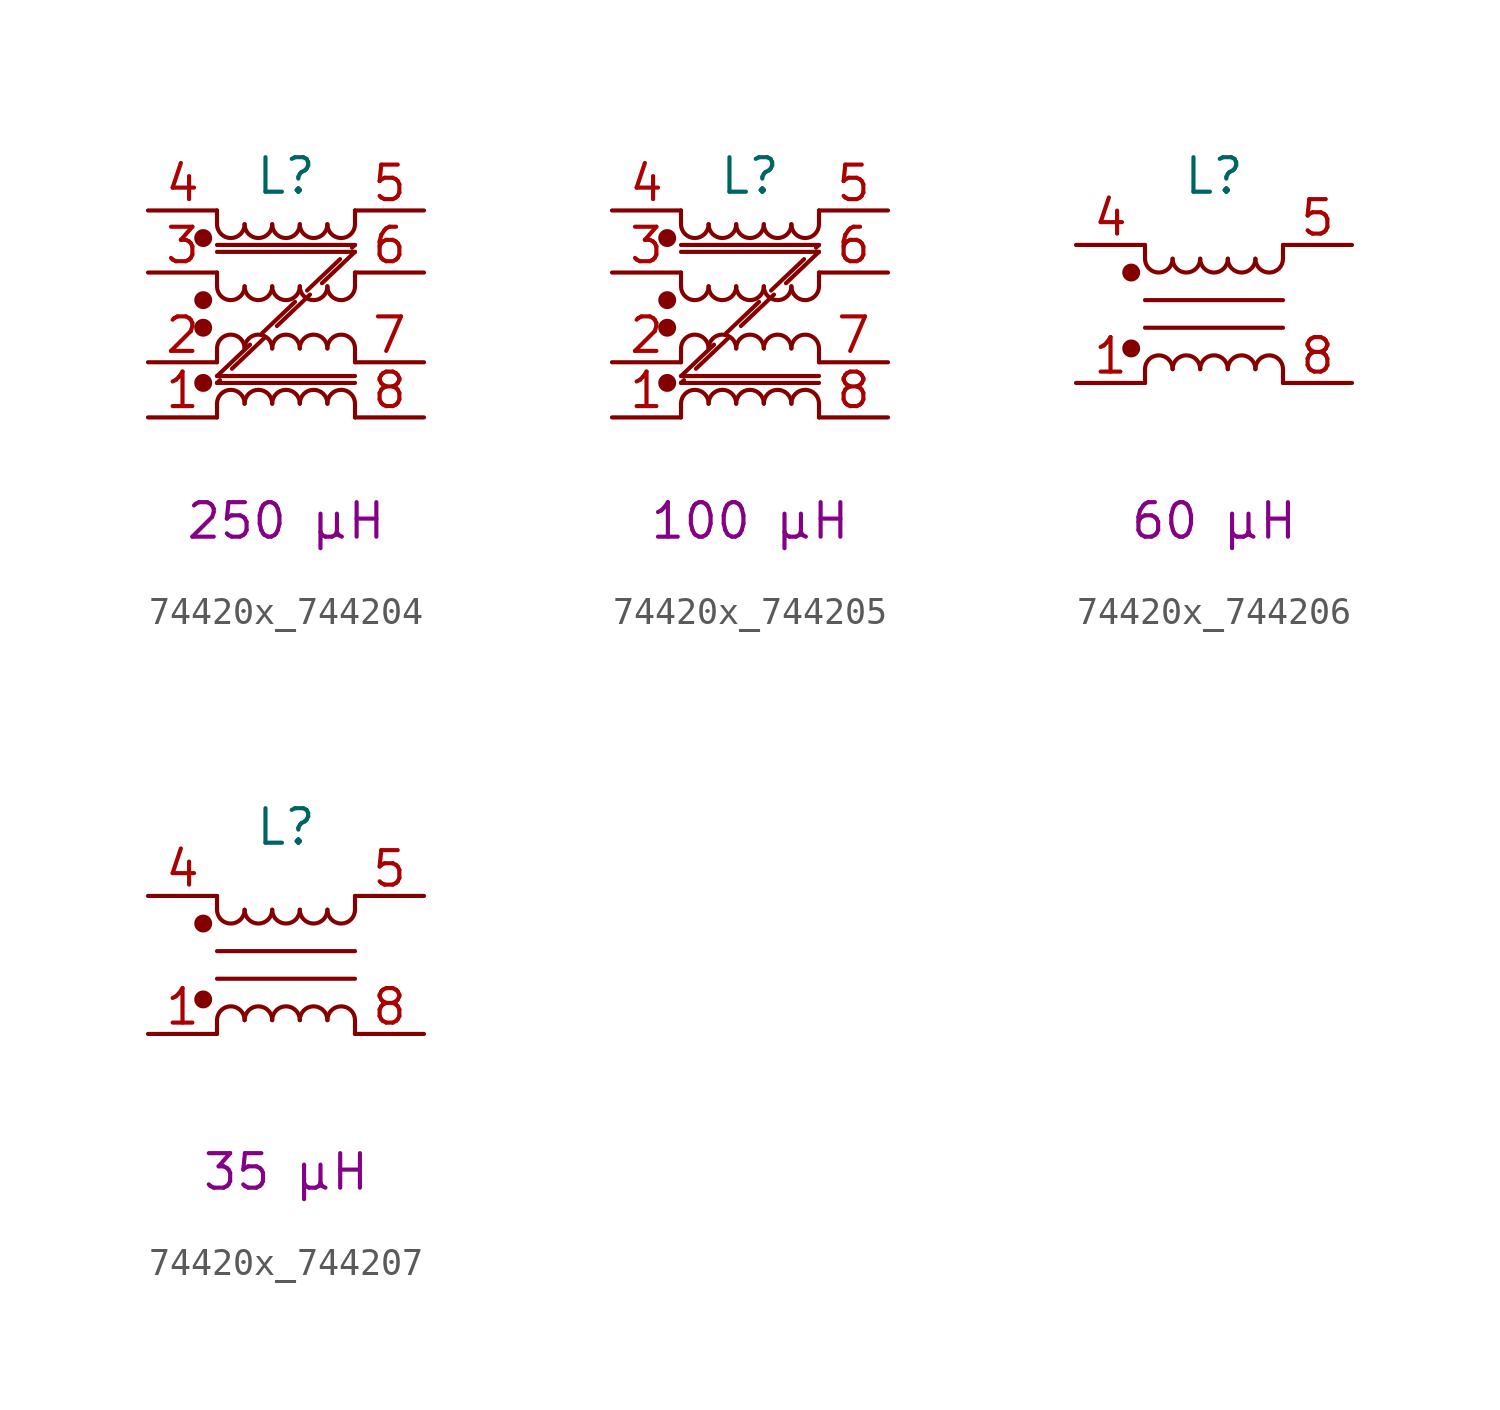
<source format=kicad_sym>
(kicad_symbol_lib
  (version 20220914)
  (generator kicad_symbol_editor)
  (symbol "74420x_744204"
    (pin_names hide)
    (property "Reference" "L"
      (at 0 5.08 0)
      (effects (font (size 1.27 1.27))))
    (property "Critical Parameter" "250 µH"
      (at 0 -7.62 0)
      (effects (font (size 1.27 1.27))))
    (symbol "74420x_744204_0_1"
      (circle (center -3.048 -2.54) (radius 0.254) (stroke (width 0) (type default)) (fill (type outline)))
      (circle (center -3.048 -0.508) (radius 0.254) (stroke (width 0) (type default)) (fill (type outline)))
      (circle (center -3.048 0.508) (radius 0.254) (stroke (width 0) (type default)) (fill (type outline)))
      (circle (center -3.048 2.794) (radius 0.254) (stroke (width 0) (type default)) (fill (type outline)))
      (arc (start -2.54 1.016) (mid -2.032 0.5102) (end -1.524 1.016) (stroke (width 0) (type default)) (fill (type none)))
      (arc (start -2.54 3.302) (mid -2.032 2.7962) (end -1.524 3.302) (stroke (width 0) (type default)) (fill (type none)))
      (arc (start -1.524 -3.302) (mid -2.032 -2.7962) (end -2.54 -3.302) (stroke (width 0) (type default)) (fill (type none)))
      (arc (start -1.524 -1.27) (mid -2.032 -0.7642) (end -2.54 -1.27) (stroke (width 0) (type default)) (fill (type none)))
      (arc (start -1.524 1.016) (mid -1.016 0.5102) (end -0.508 1.016) (stroke (width 0) (type default)) (fill (type none)))
      (arc (start -1.524 3.302) (mid -1.016 2.7962) (end -0.508 3.302) (stroke (width 0) (type default)) (fill (type none)))
      (arc (start -0.508 -3.302) (mid -1.016 -2.7962) (end -1.524 -3.302) (stroke (width 0) (type default)) (fill (type none)))
      (arc (start -0.508 -1.27) (mid -1.016 -0.7642) (end -1.524 -1.27) (stroke (width 0) (type default)) (fill (type none)))
      (arc (start -0.508 1.016) (mid 0 0.5102) (end 0.508 1.016) (stroke (width 0) (type default)) (fill (type none)))
      (arc (start -0.508 3.302) (mid 0 2.7962) (end 0.508 3.302) (stroke (width 0) (type default)) (fill (type none)))
      (polyline (pts (xy -2.54 -3.302) (xy -2.54 -3.81)) (stroke (width 0) (type default)) (fill (type none)))
      (polyline (pts (xy -2.54 -2.286) (xy 2.54 -2.286)) (stroke (width 0) (type default)) (fill (type none)))
      (polyline (pts (xy -2.54 -1.27) (xy -2.54 -1.778)) (stroke (width 0) (type default)) (fill (type none)))
      (polyline (pts (xy -2.54 1.016) (xy -2.54 1.524)) (stroke (width 0) (type default)) (fill (type none)))
      (polyline (pts (xy -2.54 2.54) (xy 2.54 2.54)) (stroke (width 0) (type default)) (fill (type none)))
      (polyline (pts (xy -2.54 3.302) (xy -2.54 3.81)) (stroke (width 0) (type default)) (fill (type none)))
      (polyline (pts (xy 2.54 -3.302) (xy 2.54 -3.81)) (stroke (width 0) (type default)) (fill (type none)))
      (polyline (pts (xy 2.54 -2.54) (xy -2.54 -2.54)) (stroke (width 0) (type default)) (fill (type none)))
      (polyline (pts (xy 2.54 -1.27) (xy 2.54 -1.778)) (stroke (width 0) (type default)) (fill (type none)))
      (polyline (pts (xy 2.54 1.524) (xy 2.54 1.016)) (stroke (width 0) (type default)) (fill (type none)))
      (polyline (pts (xy 2.54 2.286) (xy -2.54 2.286)) (stroke (width 0) (type default)) (fill (type none)))
      (polyline (pts (xy 2.54 3.81) (xy 2.54 3.302)) (stroke (width 0) (type default)) (fill (type none)))
      (arc (start 0.508 -3.302) (mid 0 -2.7962) (end -0.508 -3.302) (stroke (width 0) (type default)) (fill (type none)))
      (arc (start 0.508 -1.27) (mid 0 -0.7642) (end -0.508 -1.27) (stroke (width 0) (type default)) (fill (type none)))
      (arc (start 0.508 1.016) (mid 1.016 0.5102) (end 1.524 1.016) (stroke (width 0) (type default)) (fill (type none)))
      (arc (start 0.508 3.302) (mid 1.016 2.7962) (end 1.524 3.302) (stroke (width 0) (type default)) (fill (type none)))
      (arc (start 1.524 -3.302) (mid 1.016 -2.7962) (end 0.508 -3.302) (stroke (width 0) (type default)) (fill (type none)))
      (arc (start 1.524 -1.27) (mid 1.016 -0.7642) (end 0.508 -1.27) (stroke (width 0) (type default)) (fill (type none)))
      (arc (start 1.524 1.016) (mid 2.032 0.5102) (end 2.54 1.016) (stroke (width 0) (type default)) (fill (type none)))
      (arc (start 1.524 3.302) (mid 2.032 2.7962) (end 2.54 3.302) (stroke (width 0) (type default)) (fill (type none)))
      (arc (start 2.54 -3.302) (mid 2.032 -2.7962) (end 1.524 -3.302) (stroke (width 0) (type default)) (fill (type none)))
      (arc (start 2.54 -1.27) (mid 2.032 -0.7642) (end 1.524 -1.27) (stroke (width 0) (type default)) (fill (type none))))
    (symbol "74420x_744204_1_1"
      (polyline (pts (xy -2.54 -2.286) (xy 2.54 2.54)) (stroke (width 0) (type dash)) (fill (type none)))
      (polyline (pts (xy 2.54 2.286) (xy -2.54 -2.54)) (stroke (width 0) (type dash)) (fill (type none)))
      (pin passive line (at -5.08 -3.81 0) (length 2.54) (name "1" (effects (font (size 1.27 1.27)))) (number "1" (effects (font (size 1.27 1.27)))))
      (pin passive line (at -5.08 -1.778 0) (length 2.54) (name "2" (effects (font (size 1.27 1.27)))) (number "2" (effects (font (size 1.27 1.27)))))
      (pin passive line (at -5.08 1.524 0) (length 2.54) (name "3" (effects (font (size 1.27 1.27)))) (number "3" (effects (font (size 1.27 1.27)))))
      (pin passive line (at -5.08 3.81 0) (length 2.54) (name "4" (effects (font (size 1.27 1.27)))) (number "4" (effects (font (size 1.27 1.27)))))
      (pin passive line (at 5.08 3.81 180) (length 2.54) (name "5" (effects (font (size 1.27 1.27)))) (number "5" (effects (font (size 1.27 1.27)))))
      (pin passive line (at 5.08 1.524 180) (length 2.54) (name "6" (effects (font (size 1.27 1.27)))) (number "6" (effects (font (size 1.27 1.27)))))
      (pin passive line (at 5.08 -1.778 180) (length 2.54) (name "7" (effects (font (size 1.27 1.27)))) (number "7" (effects (font (size 1.27 1.27)))))
      (pin passive line (at 5.08 -3.81 180) (length 2.54) (name "8" (effects (font (size 1.27 1.27)))) (number "8" (effects (font (size 1.27 1.27)))))))
  (symbol "74420x_744205"
    (pin_names hide)
    (property "Reference" "L"
      (at 0 5.08 0)
      (effects (font (size 1.27 1.27))))
    (property "Critical Parameter" "100 µH"
      (at 0 -7.62 0)
      (effects (font (size 1.27 1.27))))
    (symbol "74420x_744205_0_1"
      (circle (center -3.048 -2.54) (radius 0.254) (stroke (width 0) (type default)) (fill (type outline)))
      (circle (center -3.048 -0.508) (radius 0.254) (stroke (width 0) (type default)) (fill (type outline)))
      (circle (center -3.048 0.508) (radius 0.254) (stroke (width 0) (type default)) (fill (type outline)))
      (circle (center -3.048 2.794) (radius 0.254) (stroke (width 0) (type default)) (fill (type outline)))
      (arc (start -2.54 1.016) (mid -2.032 0.5102) (end -1.524 1.016) (stroke (width 0) (type default)) (fill (type none)))
      (arc (start -2.54 3.302) (mid -2.032 2.7962) (end -1.524 3.302) (stroke (width 0) (type default)) (fill (type none)))
      (arc (start -1.524 -3.302) (mid -2.032 -2.7962) (end -2.54 -3.302) (stroke (width 0) (type default)) (fill (type none)))
      (arc (start -1.524 -1.27) (mid -2.032 -0.7642) (end -2.54 -1.27) (stroke (width 0) (type default)) (fill (type none)))
      (arc (start -1.524 1.016) (mid -1.016 0.5102) (end -0.508 1.016) (stroke (width 0) (type default)) (fill (type none)))
      (arc (start -1.524 3.302) (mid -1.016 2.7962) (end -0.508 3.302) (stroke (width 0) (type default)) (fill (type none)))
      (arc (start -0.508 -3.302) (mid -1.016 -2.7962) (end -1.524 -3.302) (stroke (width 0) (type default)) (fill (type none)))
      (arc (start -0.508 -1.27) (mid -1.016 -0.7642) (end -1.524 -1.27) (stroke (width 0) (type default)) (fill (type none)))
      (arc (start -0.508 1.016) (mid 0 0.5102) (end 0.508 1.016) (stroke (width 0) (type default)) (fill (type none)))
      (arc (start -0.508 3.302) (mid 0 2.7962) (end 0.508 3.302) (stroke (width 0) (type default)) (fill (type none)))
      (polyline (pts (xy -2.54 -3.302) (xy -2.54 -3.81)) (stroke (width 0) (type default)) (fill (type none)))
      (polyline (pts (xy -2.54 -2.286) (xy 2.54 -2.286)) (stroke (width 0) (type default)) (fill (type none)))
      (polyline (pts (xy -2.54 -1.27) (xy -2.54 -1.778)) (stroke (width 0) (type default)) (fill (type none)))
      (polyline (pts (xy -2.54 1.016) (xy -2.54 1.524)) (stroke (width 0) (type default)) (fill (type none)))
      (polyline (pts (xy -2.54 2.54) (xy 2.54 2.54)) (stroke (width 0) (type default)) (fill (type none)))
      (polyline (pts (xy -2.54 3.302) (xy -2.54 3.81)) (stroke (width 0) (type default)) (fill (type none)))
      (polyline (pts (xy 2.54 -3.302) (xy 2.54 -3.81)) (stroke (width 0) (type default)) (fill (type none)))
      (polyline (pts (xy 2.54 -2.54) (xy -2.54 -2.54)) (stroke (width 0) (type default)) (fill (type none)))
      (polyline (pts (xy 2.54 -1.27) (xy 2.54 -1.778)) (stroke (width 0) (type default)) (fill (type none)))
      (polyline (pts (xy 2.54 1.524) (xy 2.54 1.016)) (stroke (width 0) (type default)) (fill (type none)))
      (polyline (pts (xy 2.54 2.286) (xy -2.54 2.286)) (stroke (width 0) (type default)) (fill (type none)))
      (polyline (pts (xy 2.54 3.81) (xy 2.54 3.302)) (stroke (width 0) (type default)) (fill (type none)))
      (arc (start 0.508 -3.302) (mid 0 -2.7962) (end -0.508 -3.302) (stroke (width 0) (type default)) (fill (type none)))
      (arc (start 0.508 -1.27) (mid 0 -0.7642) (end -0.508 -1.27) (stroke (width 0) (type default)) (fill (type none)))
      (arc (start 0.508 1.016) (mid 1.016 0.5102) (end 1.524 1.016) (stroke (width 0) (type default)) (fill (type none)))
      (arc (start 0.508 3.302) (mid 1.016 2.7962) (end 1.524 3.302) (stroke (width 0) (type default)) (fill (type none)))
      (arc (start 1.524 -3.302) (mid 1.016 -2.7962) (end 0.508 -3.302) (stroke (width 0) (type default)) (fill (type none)))
      (arc (start 1.524 -1.27) (mid 1.016 -0.7642) (end 0.508 -1.27) (stroke (width 0) (type default)) (fill (type none)))
      (arc (start 1.524 1.016) (mid 2.032 0.5102) (end 2.54 1.016) (stroke (width 0) (type default)) (fill (type none)))
      (arc (start 1.524 3.302) (mid 2.032 2.7962) (end 2.54 3.302) (stroke (width 0) (type default)) (fill (type none)))
      (arc (start 2.54 -3.302) (mid 2.032 -2.7962) (end 1.524 -3.302) (stroke (width 0) (type default)) (fill (type none)))
      (arc (start 2.54 -1.27) (mid 2.032 -0.7642) (end 1.524 -1.27) (stroke (width 0) (type default)) (fill (type none))))
    (symbol "74420x_744205_1_1"
      (polyline (pts (xy -2.54 -2.286) (xy 2.54 2.54)) (stroke (width 0) (type dash)) (fill (type none)))
      (polyline (pts (xy 2.54 2.286) (xy -2.54 -2.54)) (stroke (width 0) (type dash)) (fill (type none)))
      (pin passive line (at -5.08 -3.81 0) (length 2.54) (name "1" (effects (font (size 1.27 1.27)))) (number "1" (effects (font (size 1.27 1.27)))))
      (pin passive line (at -5.08 -1.778 0) (length 2.54) (name "2" (effects (font (size 1.27 1.27)))) (number "2" (effects (font (size 1.27 1.27)))))
      (pin passive line (at -5.08 1.524 0) (length 2.54) (name "3" (effects (font (size 1.27 1.27)))) (number "3" (effects (font (size 1.27 1.27)))))
      (pin passive line (at -5.08 3.81 0) (length 2.54) (name "4" (effects (font (size 1.27 1.27)))) (number "4" (effects (font (size 1.27 1.27)))))
      (pin passive line (at 5.08 3.81 180) (length 2.54) (name "5" (effects (font (size 1.27 1.27)))) (number "5" (effects (font (size 1.27 1.27)))))
      (pin passive line (at 5.08 1.524 180) (length 2.54) (name "6" (effects (font (size 1.27 1.27)))) (number "6" (effects (font (size 1.27 1.27)))))
      (pin passive line (at 5.08 -1.778 180) (length 2.54) (name "7" (effects (font (size 1.27 1.27)))) (number "7" (effects (font (size 1.27 1.27)))))
      (pin passive line (at 5.08 -3.81 180) (length 2.54) (name "8" (effects (font (size 1.27 1.27)))) (number "8" (effects (font (size 1.27 1.27)))))))
  (symbol "74420x_744206"
    (pin_names hide)
    (property "Reference" "L"
      (at 0 5.08 0)
      (effects (font (size 1.27 1.27))))
    (property "Critical Parameter" "60 µH"
      (at 0 -7.62 0)
      (effects (font (size 1.27 1.27))))
    (symbol "74420x_744206_0_1"
      (circle (center -3.048 -1.27) (radius 0.254) (stroke (width 0) (type default)) (fill (type outline)))
      (circle (center -3.048 1.524) (radius 0.254) (stroke (width 0) (type default)) (fill (type outline)))
      (arc (start -2.54 2.032) (mid -2.032 1.5262) (end -1.524 2.032) (stroke (width 0) (type default)) (fill (type none)))
      (arc (start -1.524 -2.032) (mid -2.032 -1.5262) (end -2.54 -2.032) (stroke (width 0) (type default)) (fill (type none)))
      (arc (start -1.524 2.032) (mid -1.016 1.5262) (end -0.508 2.032) (stroke (width 0) (type default)) (fill (type none)))
      (arc (start -0.508 -2.032) (mid -1.016 -1.5262) (end -1.524 -2.032) (stroke (width 0) (type default)) (fill (type none)))
      (arc (start -0.508 2.032) (mid 0 1.5262) (end 0.508 2.032) (stroke (width 0) (type default)) (fill (type none)))
      (polyline (pts (xy -2.54 -2.032) (xy -2.54 -2.54)) (stroke (width 0) (type default)) (fill (type none)))
      (polyline (pts (xy -2.54 0.508) (xy 2.54 0.508)) (stroke (width 0) (type default)) (fill (type none)))
      (polyline (pts (xy -2.54 2.032) (xy -2.54 2.54)) (stroke (width 0) (type default)) (fill (type none)))
      (polyline (pts (xy 2.54 -2.032) (xy 2.54 -2.54)) (stroke (width 0) (type default)) (fill (type none)))
      (polyline (pts (xy 2.54 -0.508) (xy -2.54 -0.508)) (stroke (width 0) (type default)) (fill (type none)))
      (polyline (pts (xy 2.54 2.54) (xy 2.54 2.032)) (stroke (width 0) (type default)) (fill (type none)))
      (arc (start 0.508 -2.032) (mid 0 -1.5262) (end -0.508 -2.032) (stroke (width 0) (type default)) (fill (type none)))
      (arc (start 0.508 2.032) (mid 1.016 1.5262) (end 1.524 2.032) (stroke (width 0) (type default)) (fill (type none)))
      (arc (start 1.524 -2.032) (mid 1.016 -1.5262) (end 0.508 -2.032) (stroke (width 0) (type default)) (fill (type none)))
      (arc (start 1.524 2.032) (mid 2.032 1.5262) (end 2.54 2.032) (stroke (width 0) (type default)) (fill (type none)))
      (arc (start 2.54 -2.032) (mid 2.032 -1.5262) (end 1.524 -2.032) (stroke (width 0) (type default)) (fill (type none))))
    (symbol "74420x_744206_1_1"
      (pin passive line (at -5.08 -2.54 0) (length 2.54) (name "1" (effects (font (size 1.27 1.27)))) (number "1" (effects (font (size 1.27 1.27)))))
      (pin passive line (at -5.08 2.54 0) (length 2.54) (name "4" (effects (font (size 1.27 1.27)))) (number "4" (effects (font (size 1.27 1.27)))))
      (pin passive line (at 5.08 2.54 180) (length 2.54) (name "5" (effects (font (size 1.27 1.27)))) (number "5" (effects (font (size 1.27 1.27)))))
      (pin passive line (at 5.08 -2.54 180) (length 2.54) (name "8" (effects (font (size 1.27 1.27)))) (number "8" (effects (font (size 1.27 1.27)))))))
  (symbol "74420x_744207"
    (pin_names hide)
    (property "Reference" "L"
      (at 0 5.08 0)
      (effects (font (size 1.27 1.27))))
    (property "Critical Parameter" "35 µH"
      (at 0 -7.62 0)
      (effects (font (size 1.27 1.27))))
    (symbol "74420x_744207_0_1"
      (circle (center -3.048 -1.27) (radius 0.254) (stroke (width 0) (type default)) (fill (type outline)))
      (circle (center -3.048 1.524) (radius 0.254) (stroke (width 0) (type default)) (fill (type outline)))
      (arc (start -2.54 2.032) (mid -2.032 1.5262) (end -1.524 2.032) (stroke (width 0) (type default)) (fill (type none)))
      (arc (start -1.524 -2.032) (mid -2.032 -1.5262) (end -2.54 -2.032) (stroke (width 0) (type default)) (fill (type none)))
      (arc (start -1.524 2.032) (mid -1.016 1.5262) (end -0.508 2.032) (stroke (width 0) (type default)) (fill (type none)))
      (arc (start -0.508 -2.032) (mid -1.016 -1.5262) (end -1.524 -2.032) (stroke (width 0) (type default)) (fill (type none)))
      (arc (start -0.508 2.032) (mid 0 1.5262) (end 0.508 2.032) (stroke (width 0) (type default)) (fill (type none)))
      (polyline (pts (xy -2.54 -2.032) (xy -2.54 -2.54)) (stroke (width 0) (type default)) (fill (type none)))
      (polyline (pts (xy -2.54 0.508) (xy 2.54 0.508)) (stroke (width 0) (type default)) (fill (type none)))
      (polyline (pts (xy -2.54 2.032) (xy -2.54 2.54)) (stroke (width 0) (type default)) (fill (type none)))
      (polyline (pts (xy 2.54 -2.032) (xy 2.54 -2.54)) (stroke (width 0) (type default)) (fill (type none)))
      (polyline (pts (xy 2.54 -0.508) (xy -2.54 -0.508)) (stroke (width 0) (type default)) (fill (type none)))
      (polyline (pts (xy 2.54 2.54) (xy 2.54 2.032)) (stroke (width 0) (type default)) (fill (type none)))
      (arc (start 0.508 -2.032) (mid 0 -1.5262) (end -0.508 -2.032) (stroke (width 0) (type default)) (fill (type none)))
      (arc (start 0.508 2.032) (mid 1.016 1.5262) (end 1.524 2.032) (stroke (width 0) (type default)) (fill (type none)))
      (arc (start 1.524 -2.032) (mid 1.016 -1.5262) (end 0.508 -2.032) (stroke (width 0) (type default)) (fill (type none)))
      (arc (start 1.524 2.032) (mid 2.032 1.5262) (end 2.54 2.032) (stroke (width 0) (type default)) (fill (type none)))
      (arc (start 2.54 -2.032) (mid 2.032 -1.5262) (end 1.524 -2.032) (stroke (width 0) (type default)) (fill (type none))))
    (symbol "74420x_744207_1_1"
      (pin passive line (at -5.08 -2.54 0) (length 2.54) (name "1" (effects (font (size 1.27 1.27)))) (number "1" (effects (font (size 1.27 1.27)))))
      (pin passive line (at -5.08 2.54 0) (length 2.54) (name "4" (effects (font (size 1.27 1.27)))) (number "4" (effects (font (size 1.27 1.27)))))
      (pin passive line (at 5.08 2.54 180) (length 2.54) (name "5" (effects (font (size 1.27 1.27)))) (number "5" (effects (font (size 1.27 1.27)))))
      (pin passive line (at 5.08 -2.54 180) (length 2.54) (name "8" (effects (font (size 1.27 1.27)))) (number "8" (effects (font (size 1.27 1.27))))))))
</source>
